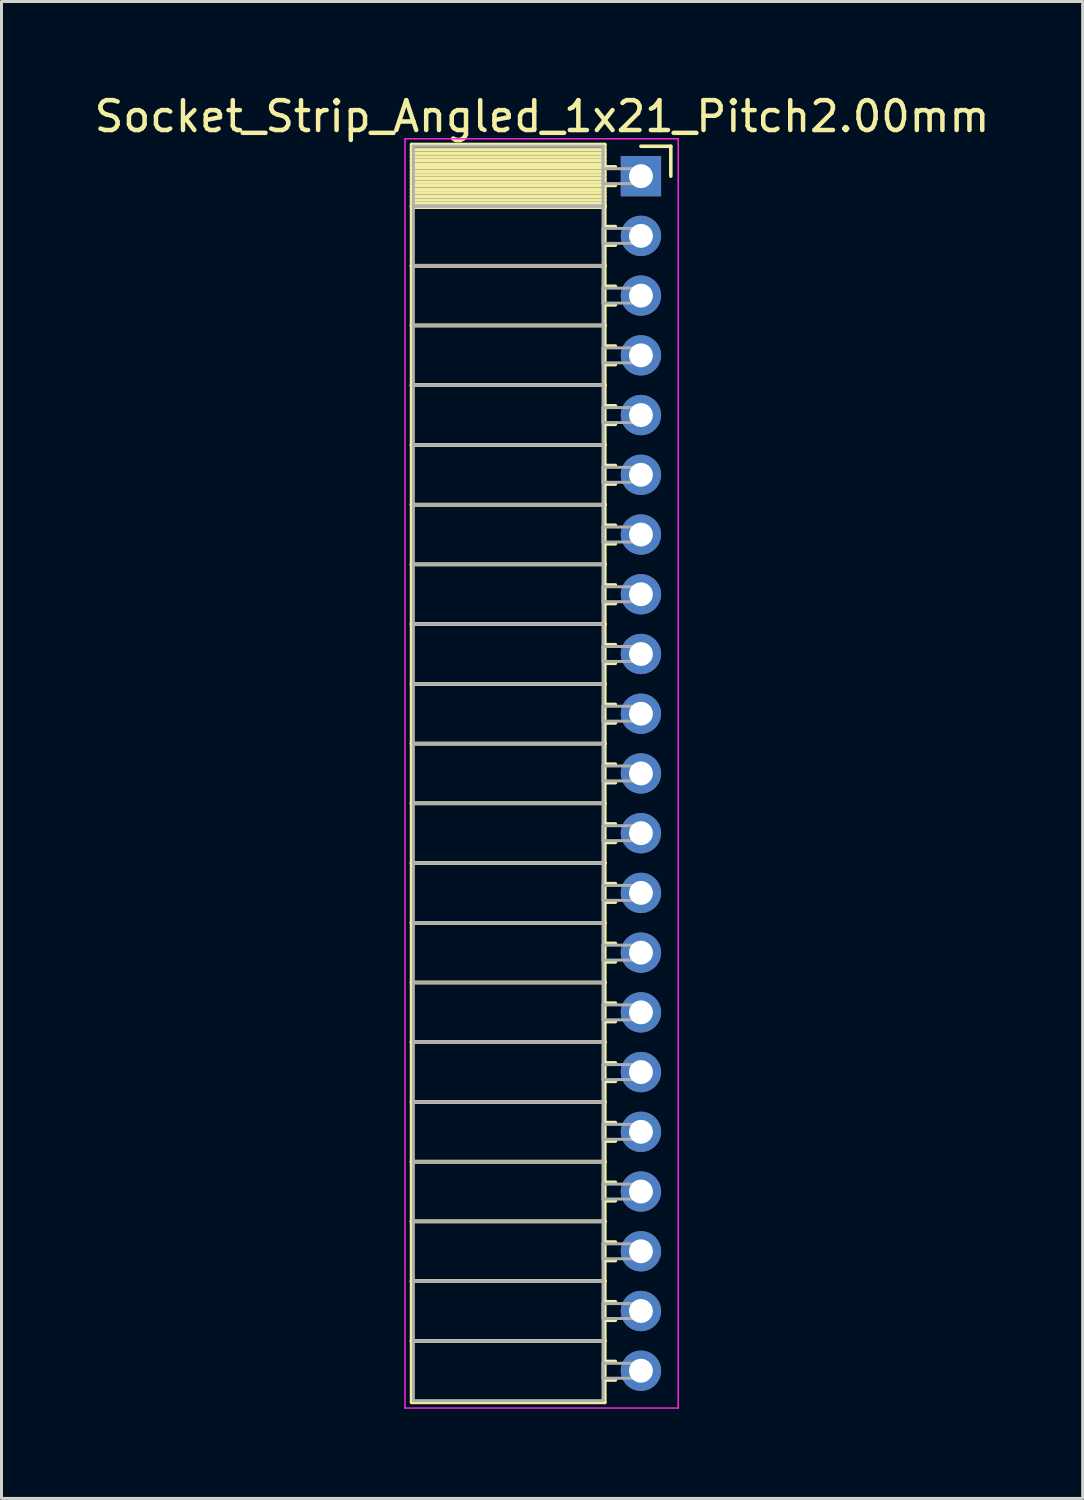
<source format=kicad_pcb>
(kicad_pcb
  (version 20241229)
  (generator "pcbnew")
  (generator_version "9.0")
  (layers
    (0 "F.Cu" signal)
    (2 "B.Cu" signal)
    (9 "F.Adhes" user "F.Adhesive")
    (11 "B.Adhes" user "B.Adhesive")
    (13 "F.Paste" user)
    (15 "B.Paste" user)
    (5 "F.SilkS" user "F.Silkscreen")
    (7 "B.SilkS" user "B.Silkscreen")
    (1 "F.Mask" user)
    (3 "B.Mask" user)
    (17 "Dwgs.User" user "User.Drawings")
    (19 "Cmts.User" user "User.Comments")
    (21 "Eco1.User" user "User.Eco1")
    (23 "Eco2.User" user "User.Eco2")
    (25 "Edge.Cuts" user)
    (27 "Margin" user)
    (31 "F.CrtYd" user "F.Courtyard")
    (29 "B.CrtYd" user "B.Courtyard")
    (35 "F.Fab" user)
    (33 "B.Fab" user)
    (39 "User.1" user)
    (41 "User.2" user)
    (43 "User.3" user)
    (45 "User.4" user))
  (footprint "Socket_Strip_Angled_1x21_Pitch2.00mm"
    (layer "F.Cu")
    (at 18.411 2.848)
    (property "Reference" "Socket_Strip_Angled_1x21_Pitch2.00mm" (at -3.31 -2 0) (layer "F.SilkS") (effects (font (size 1 1) (thickness 0.15))))
    (attr through_hole)
    (fp_line (start -7.68 -1.06) (end -1.21 -1.06) (stroke (width 0.12) (type solid)) (layer "F.SilkS"))
    (fp_line (start -7.68 1) (end -7.68 -1.06) (stroke (width 0.12) (type solid)) (layer "F.SilkS"))
    (fp_line (start -7.68 1) (end -1.21 1) (stroke (width 0.12) (type solid)) (layer "F.SilkS"))
    (fp_line (start -7.68 3) (end -7.68 1) (stroke (width 0.12) (type solid)) (layer "F.SilkS"))
    (fp_line (start -7.68 3) (end -1.21 3) (stroke (width 0.12) (type solid)) (layer "F.SilkS"))
    (fp_line (start -7.68 5) (end -7.68 3) (stroke (width 0.12) (type solid)) (layer "F.SilkS"))
    (fp_line (start -7.68 5) (end -1.21 5) (stroke (width 0.12) (type solid)) (layer "F.SilkS"))
    (fp_line (start -7.68 7) (end -7.68 5) (stroke (width 0.12) (type solid)) (layer "F.SilkS"))
    (fp_line (start -7.68 7) (end -1.21 7) (stroke (width 0.12) (type solid)) (layer "F.SilkS"))
    (fp_line (start -7.68 9) (end -7.68 7) (stroke (width 0.12) (type solid)) (layer "F.SilkS"))
    (fp_line (start -7.68 9) (end -1.21 9) (stroke (width 0.12) (type solid)) (layer "F.SilkS"))
    (fp_line (start -7.68 11) (end -7.68 9) (stroke (width 0.12) (type solid)) (layer "F.SilkS"))
    (fp_line (start -7.68 11) (end -1.21 11) (stroke (width 0.12) (type solid)) (layer "F.SilkS"))
    (fp_line (start -7.68 13) (end -7.68 11) (stroke (width 0.12) (type solid)) (layer "F.SilkS"))
    (fp_line (start -7.68 13) (end -1.21 13) (stroke (width 0.12) (type solid)) (layer "F.SilkS"))
    (fp_line (start -7.68 15) (end -7.68 13) (stroke (width 0.12) (type solid)) (layer "F.SilkS"))
    (fp_line (start -7.68 15) (end -1.21 15) (stroke (width 0.12) (type solid)) (layer "F.SilkS"))
    (fp_line (start -7.68 17) (end -7.68 15) (stroke (width 0.12) (type solid)) (layer "F.SilkS"))
    (fp_line (start -7.68 17) (end -1.21 17) (stroke (width 0.12) (type solid)) (layer "F.SilkS"))
    (fp_line (start -7.68 19) (end -7.68 17) (stroke (width 0.12) (type solid)) (layer "F.SilkS"))
    (fp_line (start -7.68 19) (end -1.21 19) (stroke (width 0.12) (type solid)) (layer "F.SilkS"))
    (fp_line (start -7.68 21) (end -7.68 19) (stroke (width 0.12) (type solid)) (layer "F.SilkS"))
    (fp_line (start -7.68 21) (end -1.21 21) (stroke (width 0.12) (type solid)) (layer "F.SilkS"))
    (fp_line (start -7.68 23) (end -7.68 21) (stroke (width 0.12) (type solid)) (layer "F.SilkS"))
    (fp_line (start -7.68 23) (end -1.21 23) (stroke (width 0.12) (type solid)) (layer "F.SilkS"))
    (fp_line (start -7.68 25) (end -7.68 23) (stroke (width 0.12) (type solid)) (layer "F.SilkS"))
    (fp_line (start -7.68 25) (end -1.21 25) (stroke (width 0.12) (type solid)) (layer "F.SilkS"))
    (fp_line (start -7.68 27) (end -7.68 25) (stroke (width 0.12) (type solid)) (layer "F.SilkS"))
    (fp_line (start -7.68 27) (end -1.21 27) (stroke (width 0.12) (type solid)) (layer "F.SilkS"))
    (fp_line (start -7.68 29) (end -7.68 27) (stroke (width 0.12) (type solid)) (layer "F.SilkS"))
    (fp_line (start -7.68 29) (end -1.21 29) (stroke (width 0.12) (type solid)) (layer "F.SilkS"))
    (fp_line (start -7.68 31) (end -7.68 29) (stroke (width 0.12) (type solid)) (layer "F.SilkS"))
    (fp_line (start -7.68 31) (end -1.21 31) (stroke (width 0.12) (type solid)) (layer "F.SilkS"))
    (fp_line (start -7.68 33) (end -7.68 31) (stroke (width 0.12) (type solid)) (layer "F.SilkS"))
    (fp_line (start -7.68 33) (end -1.21 33) (stroke (width 0.12) (type solid)) (layer "F.SilkS"))
    (fp_line (start -7.68 35) (end -7.68 33) (stroke (width 0.12) (type solid)) (layer "F.SilkS"))
    (fp_line (start -7.68 35) (end -1.21 35) (stroke (width 0.12) (type solid)) (layer "F.SilkS"))
    (fp_line (start -7.68 37) (end -7.68 35) (stroke (width 0.12) (type solid)) (layer "F.SilkS"))
    (fp_line (start -7.68 37) (end -1.21 37) (stroke (width 0.12) (type solid)) (layer "F.SilkS"))
    (fp_line (start -7.68 39) (end -7.68 37) (stroke (width 0.12) (type solid)) (layer "F.SilkS"))
    (fp_line (start -7.68 39) (end -1.21 39) (stroke (width 0.12) (type solid)) (layer "F.SilkS"))
    (fp_line (start -7.68 41.06) (end -7.68 39) (stroke (width 0.12) (type solid)) (layer "F.SilkS"))
    (fp_line (start -1.21 -1.06) (end -1.21 1) (stroke (width 0.12) (type solid)) (layer "F.SilkS"))
    (fp_line (start -1.21 -0.88) (end -7.68 -0.88) (stroke (width 0.12) (type solid)) (layer "F.SilkS"))
    (fp_line (start -1.21 -0.76) (end -7.68 -0.76) (stroke (width 0.12) (type solid)) (layer "F.SilkS"))
    (fp_line (start -1.21 -0.64) (end -7.68 -0.64) (stroke (width 0.12) (type solid)) (layer "F.SilkS"))
    (fp_line (start -1.21 -0.52) (end -7.68 -0.52) (stroke (width 0.12) (type solid)) (layer "F.SilkS"))
    (fp_line (start -1.21 -0.4) (end -7.68 -0.4) (stroke (width 0.12) (type solid)) (layer "F.SilkS"))
    (fp_line (start -1.21 -0.28) (end -7.68 -0.28) (stroke (width 0.12) (type solid)) (layer "F.SilkS"))
    (fp_line (start -1.21 -0.16) (end -7.68 -0.16) (stroke (width 0.12) (type solid)) (layer "F.SilkS"))
    (fp_line (start -1.21 -0.04) (end -7.68 -0.04) (stroke (width 0.12) (type solid)) (layer "F.SilkS"))
    (fp_line (start -1.21 0.08) (end -7.68 0.08) (stroke (width 0.12) (type solid)) (layer "F.SilkS"))
    (fp_line (start -1.21 0.2) (end -7.68 0.2) (stroke (width 0.12) (type solid)) (layer "F.SilkS"))
    (fp_line (start -1.21 0.32) (end -7.68 0.32) (stroke (width 0.12) (type solid)) (layer "F.SilkS"))
    (fp_line (start -1.21 0.44) (end -7.68 0.44) (stroke (width 0.12) (type solid)) (layer "F.SilkS"))
    (fp_line (start -1.21 0.56) (end -7.68 0.56) (stroke (width 0.12) (type solid)) (layer "F.SilkS"))
    (fp_line (start -1.21 0.68) (end -7.68 0.68) (stroke (width 0.12) (type solid)) (layer "F.SilkS"))
    (fp_line (start -1.21 0.8) (end -7.68 0.8) (stroke (width 0.12) (type solid)) (layer "F.SilkS"))
    (fp_line (start -1.21 0.92) (end -7.68 0.92) (stroke (width 0.12) (type solid)) (layer "F.SilkS"))
    (fp_line (start -1.21 1) (end -7.68 1) (stroke (width 0.12) (type solid)) (layer "F.SilkS"))
    (fp_line (start -1.21 1) (end -1.21 3) (stroke (width 0.12) (type solid)) (layer "F.SilkS"))
    (fp_line (start -1.21 1.04) (end -7.68 1.04) (stroke (width 0.12) (type solid)) (layer "F.SilkS"))
    (fp_line (start -1.21 3) (end -7.68 3) (stroke (width 0.12) (type solid)) (layer "F.SilkS"))
    (fp_line (start -1.21 3) (end -1.21 5) (stroke (width 0.12) (type solid)) (layer "F.SilkS"))
    (fp_line (start -1.21 5) (end -7.68 5) (stroke (width 0.12) (type solid)) (layer "F.SilkS"))
    (fp_line (start -1.21 5) (end -1.21 7) (stroke (width 0.12) (type solid)) (layer "F.SilkS"))
    (fp_line (start -1.21 7) (end -7.68 7) (stroke (width 0.12) (type solid)) (layer "F.SilkS"))
    (fp_line (start -1.21 7) (end -1.21 9) (stroke (width 0.12) (type solid)) (layer "F.SilkS"))
    (fp_line (start -1.21 9) (end -7.68 9) (stroke (width 0.12) (type solid)) (layer "F.SilkS"))
    (fp_line (start -1.21 9) (end -1.21 11) (stroke (width 0.12) (type solid)) (layer "F.SilkS"))
    (fp_line (start -1.21 11) (end -7.68 11) (stroke (width 0.12) (type solid)) (layer "F.SilkS"))
    (fp_line (start -1.21 11) (end -1.21 13) (stroke (width 0.12) (type solid)) (layer "F.SilkS"))
    (fp_line (start -1.21 13) (end -7.68 13) (stroke (width 0.12) (type solid)) (layer "F.SilkS"))
    (fp_line (start -1.21 13) (end -1.21 15) (stroke (width 0.12) (type solid)) (layer "F.SilkS"))
    (fp_line (start -1.21 15) (end -7.68 15) (stroke (width 0.12) (type solid)) (layer "F.SilkS"))
    (fp_line (start -1.21 15) (end -1.21 17) (stroke (width 0.12) (type solid)) (layer "F.SilkS"))
    (fp_line (start -1.21 17) (end -7.68 17) (stroke (width 0.12) (type solid)) (layer "F.SilkS"))
    (fp_line (start -1.21 17) (end -1.21 19) (stroke (width 0.12) (type solid)) (layer "F.SilkS"))
    (fp_line (start -1.21 19) (end -7.68 19) (stroke (width 0.12) (type solid)) (layer "F.SilkS"))
    (fp_line (start -1.21 19) (end -1.21 21) (stroke (width 0.12) (type solid)) (layer "F.SilkS"))
    (fp_line (start -1.21 21) (end -7.68 21) (stroke (width 0.12) (type solid)) (layer "F.SilkS"))
    (fp_line (start -1.21 21) (end -1.21 23) (stroke (width 0.12) (type solid)) (layer "F.SilkS"))
    (fp_line (start -1.21 23) (end -7.68 23) (stroke (width 0.12) (type solid)) (layer "F.SilkS"))
    (fp_line (start -1.21 23) (end -1.21 25) (stroke (width 0.12) (type solid)) (layer "F.SilkS"))
    (fp_line (start -1.21 25) (end -7.68 25) (stroke (width 0.12) (type solid)) (layer "F.SilkS"))
    (fp_line (start -1.21 25) (end -1.21 27) (stroke (width 0.12) (type solid)) (layer "F.SilkS"))
    (fp_line (start -1.21 27) (end -7.68 27) (stroke (width 0.12) (type solid)) (layer "F.SilkS"))
    (fp_line (start -1.21 27) (end -1.21 29) (stroke (width 0.12) (type solid)) (layer "F.SilkS"))
    (fp_line (start -1.21 29) (end -7.68 29) (stroke (width 0.12) (type solid)) (layer "F.SilkS"))
    (fp_line (start -1.21 29) (end -1.21 31) (stroke (width 0.12) (type solid)) (layer "F.SilkS"))
    (fp_line (start -1.21 31) (end -7.68 31) (stroke (width 0.12) (type solid)) (layer "F.SilkS"))
    (fp_line (start -1.21 31) (end -1.21 33) (stroke (width 0.12) (type solid)) (layer "F.SilkS"))
    (fp_line (start -1.21 33) (end -7.68 33) (stroke (width 0.12) (type solid)) (layer "F.SilkS"))
    (fp_line (start -1.21 33) (end -1.21 35) (stroke (width 0.12) (type solid)) (layer "F.SilkS"))
    (fp_line (start -1.21 35) (end -7.68 35) (stroke (width 0.12) (type solid)) (layer "F.SilkS"))
    (fp_line (start -1.21 35) (end -1.21 37) (stroke (width 0.12) (type solid)) (layer "F.SilkS"))
    (fp_line (start -1.21 37) (end -7.68 37) (stroke (width 0.12) (type solid)) (layer "F.SilkS"))
    (fp_line (start -1.21 37) (end -1.21 39) (stroke (width 0.12) (type solid)) (layer "F.SilkS"))
    (fp_line (start -1.21 39) (end -7.68 39) (stroke (width 0.12) (type solid)) (layer "F.SilkS"))
    (fp_line (start -1.21 39) (end -1.21 41.06) (stroke (width 0.12) (type solid)) (layer "F.SilkS"))
    (fp_line (start -1.21 41.06) (end -7.68 41.06) (stroke (width 0.12) (type solid)) (layer "F.SilkS"))
    (fp_line (start -0.855 -0.31) (end -1.21 -0.31) (stroke (width 0.12) (type solid)) (layer "F.SilkS"))
    (fp_line (start -0.855 0.31) (end -1.21 0.31) (stroke (width 0.12) (type solid)) (layer "F.SilkS"))
    (fp_line (start -0.855 1.69) (end -1.21 1.69) (stroke (width 0.12) (type solid)) (layer "F.SilkS"))
    (fp_line (start -0.855 2.31) (end -1.21 2.31) (stroke (width 0.12) (type solid)) (layer "F.SilkS"))
    (fp_line (start -0.855 3.69) (end -1.21 3.69) (stroke (width 0.12) (type solid)) (layer "F.SilkS"))
    (fp_line (start -0.855 4.31) (end -1.21 4.31) (stroke (width 0.12) (type solid)) (layer "F.SilkS"))
    (fp_line (start -0.855 5.69) (end -1.21 5.69) (stroke (width 0.12) (type solid)) (layer "F.SilkS"))
    (fp_line (start -0.855 6.31) (end -1.21 6.31) (stroke (width 0.12) (type solid)) (layer "F.SilkS"))
    (fp_line (start -0.855 7.69) (end -1.21 7.69) (stroke (width 0.12) (type solid)) (layer "F.SilkS"))
    (fp_line (start -0.855 8.31) (end -1.21 8.31) (stroke (width 0.12) (type solid)) (layer "F.SilkS"))
    (fp_line (start -0.855 9.69) (end -1.21 9.69) (stroke (width 0.12) (type solid)) (layer "F.SilkS"))
    (fp_line (start -0.855 10.31) (end -1.21 10.31) (stroke (width 0.12) (type solid)) (layer "F.SilkS"))
    (fp_line (start -0.855 11.69) (end -1.21 11.69) (stroke (width 0.12) (type solid)) (layer "F.SilkS"))
    (fp_line (start -0.855 12.31) (end -1.21 12.31) (stroke (width 0.12) (type solid)) (layer "F.SilkS"))
    (fp_line (start -0.855 13.69) (end -1.21 13.69) (stroke (width 0.12) (type solid)) (layer "F.SilkS"))
    (fp_line (start -0.855 14.31) (end -1.21 14.31) (stroke (width 0.12) (type solid)) (layer "F.SilkS"))
    (fp_line (start -0.855 15.69) (end -1.21 15.69) (stroke (width 0.12) (type solid)) (layer "F.SilkS"))
    (fp_line (start -0.855 16.31) (end -1.21 16.31) (stroke (width 0.12) (type solid)) (layer "F.SilkS"))
    (fp_line (start -0.855 17.69) (end -1.21 17.69) (stroke (width 0.12) (type solid)) (layer "F.SilkS"))
    (fp_line (start -0.855 18.31) (end -1.21 18.31) (stroke (width 0.12) (type solid)) (layer "F.SilkS"))
    (fp_line (start -0.855 19.69) (end -1.21 19.69) (stroke (width 0.12) (type solid)) (layer "F.SilkS"))
    (fp_line (start -0.855 20.31) (end -1.21 20.31) (stroke (width 0.12) (type solid)) (layer "F.SilkS"))
    (fp_line (start -0.855 21.69) (end -1.21 21.69) (stroke (width 0.12) (type solid)) (layer "F.SilkS"))
    (fp_line (start -0.855 22.31) (end -1.21 22.31) (stroke (width 0.12) (type solid)) (layer "F.SilkS"))
    (fp_line (start -0.855 23.69) (end -1.21 23.69) (stroke (width 0.12) (type solid)) (layer "F.SilkS"))
    (fp_line (start -0.855 24.31) (end -1.21 24.31) (stroke (width 0.12) (type solid)) (layer "F.SilkS"))
    (fp_line (start -0.855 25.69) (end -1.21 25.69) (stroke (width 0.12) (type solid)) (layer "F.SilkS"))
    (fp_line (start -0.855 26.31) (end -1.21 26.31) (stroke (width 0.12) (type solid)) (layer "F.SilkS"))
    (fp_line (start -0.855 27.69) (end -1.21 27.69) (stroke (width 0.12) (type solid)) (layer "F.SilkS"))
    (fp_line (start -0.855 28.31) (end -1.21 28.31) (stroke (width 0.12) (type solid)) (layer "F.SilkS"))
    (fp_line (start -0.855 29.69) (end -1.21 29.69) (stroke (width 0.12) (type solid)) (layer "F.SilkS"))
    (fp_line (start -0.855 30.31) (end -1.21 30.31) (stroke (width 0.12) (type solid)) (layer "F.SilkS"))
    (fp_line (start -0.855 31.69) (end -1.21 31.69) (stroke (width 0.12) (type solid)) (layer "F.SilkS"))
    (fp_line (start -0.855 32.31) (end -1.21 32.31) (stroke (width 0.12) (type solid)) (layer "F.SilkS"))
    (fp_line (start -0.855 33.69) (end -1.21 33.69) (stroke (width 0.12) (type solid)) (layer "F.SilkS"))
    (fp_line (start -0.855 34.31) (end -1.21 34.31) (stroke (width 0.12) (type solid)) (layer "F.SilkS"))
    (fp_line (start -0.855 35.69) (end -1.21 35.69) (stroke (width 0.12) (type solid)) (layer "F.SilkS"))
    (fp_line (start -0.855 36.31) (end -1.21 36.31) (stroke (width 0.12) (type solid)) (layer "F.SilkS"))
    (fp_line (start -0.855 37.69) (end -1.21 37.69) (stroke (width 0.12) (type solid)) (layer "F.SilkS"))
    (fp_line (start -0.855 38.31) (end -1.21 38.31) (stroke (width 0.12) (type solid)) (layer "F.SilkS"))
    (fp_line (start -0.855 39.69) (end -1.21 39.69) (stroke (width 0.12) (type solid)) (layer "F.SilkS"))
    (fp_line (start -0.855 40.31) (end -1.21 40.31) (stroke (width 0.12) (type solid)) (layer "F.SilkS"))
    (fp_line (start 0 -1) (end 1 -1) (stroke (width 0.12) (type solid)) (layer "F.SilkS"))
    (fp_line (start 1 -1) (end 1 0) (stroke (width 0.12) (type solid)) (layer "F.SilkS"))
    (fp_line (start -7.9 -1.25) (end 1.25 -1.25) (stroke (width 0.05) (type solid)) (layer "F.CrtYd"))
    (fp_line (start -7.9 41.25) (end -7.9 -1.25) (stroke (width 0.05) (type solid)) (layer "F.CrtYd"))
    (fp_line (start 1.25 -1.25) (end 1.25 41.25) (stroke (width 0.05) (type solid)) (layer "F.CrtYd"))
    (fp_line (start 1.25 41.25) (end -7.9 41.25) (stroke (width 0.05) (type solid)) (layer "F.CrtYd"))
    (fp_line (start -7.62 -1) (end -1.27 -1) (stroke (width 0.1) (type solid)) (layer "F.Fab"))
    (fp_line (start -7.62 1) (end -7.62 -1) (stroke (width 0.1) (type solid)) (layer "F.Fab"))
    (fp_line (start -7.62 1) (end -1.27 1) (stroke (width 0.1) (type solid)) (layer "F.Fab"))
    (fp_line (start -7.62 3) (end -7.62 1) (stroke (width 0.1) (type solid)) (layer "F.Fab"))
    (fp_line (start -7.62 3) (end -1.27 3) (stroke (width 0.1) (type solid)) (layer "F.Fab"))
    (fp_line (start -7.62 5) (end -7.62 3) (stroke (width 0.1) (type solid)) (layer "F.Fab"))
    (fp_line (start -7.62 5) (end -1.27 5) (stroke (width 0.1) (type solid)) (layer "F.Fab"))
    (fp_line (start -7.62 7) (end -7.62 5) (stroke (width 0.1) (type solid)) (layer "F.Fab"))
    (fp_line (start -7.62 7) (end -1.27 7) (stroke (width 0.1) (type solid)) (layer "F.Fab"))
    (fp_line (start -7.62 9) (end -7.62 7) (stroke (width 0.1) (type solid)) (layer "F.Fab"))
    (fp_line (start -7.62 9) (end -1.27 9) (stroke (width 0.1) (type solid)) (layer "F.Fab"))
    (fp_line (start -7.62 11) (end -7.62 9) (stroke (width 0.1) (type solid)) (layer "F.Fab"))
    (fp_line (start -7.62 11) (end -1.27 11) (stroke (width 0.1) (type solid)) (layer "F.Fab"))
    (fp_line (start -7.62 13) (end -7.62 11) (stroke (width 0.1) (type solid)) (layer "F.Fab"))
    (fp_line (start -7.62 13) (end -1.27 13) (stroke (width 0.1) (type solid)) (layer "F.Fab"))
    (fp_line (start -7.62 15) (end -7.62 13) (stroke (width 0.1) (type solid)) (layer "F.Fab"))
    (fp_line (start -7.62 15) (end -1.27 15) (stroke (width 0.1) (type solid)) (layer "F.Fab"))
    (fp_line (start -7.62 17) (end -7.62 15) (stroke (width 0.1) (type solid)) (layer "F.Fab"))
    (fp_line (start -7.62 17) (end -1.27 17) (stroke (width 0.1) (type solid)) (layer "F.Fab"))
    (fp_line (start -7.62 19) (end -7.62 17) (stroke (width 0.1) (type solid)) (layer "F.Fab"))
    (fp_line (start -7.62 19) (end -1.27 19) (stroke (width 0.1) (type solid)) (layer "F.Fab"))
    (fp_line (start -7.62 21) (end -7.62 19) (stroke (width 0.1) (type solid)) (layer "F.Fab"))
    (fp_line (start -7.62 21) (end -1.27 21) (stroke (width 0.1) (type solid)) (layer "F.Fab"))
    (fp_line (start -7.62 23) (end -7.62 21) (stroke (width 0.1) (type solid)) (layer "F.Fab"))
    (fp_line (start -7.62 23) (end -1.27 23) (stroke (width 0.1) (type solid)) (layer "F.Fab"))
    (fp_line (start -7.62 25) (end -7.62 23) (stroke (width 0.1) (type solid)) (layer "F.Fab"))
    (fp_line (start -7.62 25) (end -1.27 25) (stroke (width 0.1) (type solid)) (layer "F.Fab"))
    (fp_line (start -7.62 27) (end -7.62 25) (stroke (width 0.1) (type solid)) (layer "F.Fab"))
    (fp_line (start -7.62 27) (end -1.27 27) (stroke (width 0.1) (type solid)) (layer "F.Fab"))
    (fp_line (start -7.62 29) (end -7.62 27) (stroke (width 0.1) (type solid)) (layer "F.Fab"))
    (fp_line (start -7.62 29) (end -1.27 29) (stroke (width 0.1) (type solid)) (layer "F.Fab"))
    (fp_line (start -7.62 31) (end -7.62 29) (stroke (width 0.1) (type solid)) (layer "F.Fab"))
    (fp_line (start -7.62 31) (end -1.27 31) (stroke (width 0.1) (type solid)) (layer "F.Fab"))
    (fp_line (start -7.62 33) (end -7.62 31) (stroke (width 0.1) (type solid)) (layer "F.Fab"))
    (fp_line (start -7.62 33) (end -1.27 33) (stroke (width 0.1) (type solid)) (layer "F.Fab"))
    (fp_line (start -7.62 35) (end -7.62 33) (stroke (width 0.1) (type solid)) (layer "F.Fab"))
    (fp_line (start -7.62 35) (end -1.27 35) (stroke (width 0.1) (type solid)) (layer "F.Fab"))
    (fp_line (start -7.62 37) (end -7.62 35) (stroke (width 0.1) (type solid)) (layer "F.Fab"))
    (fp_line (start -7.62 37) (end -1.27 37) (stroke (width 0.1) (type solid)) (layer "F.Fab"))
    (fp_line (start -7.62 39) (end -7.62 37) (stroke (width 0.1) (type solid)) (layer "F.Fab"))
    (fp_line (start -7.62 39) (end -1.27 39) (stroke (width 0.1) (type solid)) (layer "F.Fab"))
    (fp_line (start -7.62 41) (end -7.62 39) (stroke (width 0.1) (type solid)) (layer "F.Fab"))
    (fp_line (start -1.27 -1) (end -1.27 1) (stroke (width 0.1) (type solid)) (layer "F.Fab"))
    (fp_line (start -1.27 -0.25) (end 0 -0.25) (stroke (width 0.1) (type solid)) (layer "F.Fab"))
    (fp_line (start -1.27 0.25) (end -1.27 -0.25) (stroke (width 0.1) (type solid)) (layer "F.Fab"))
    (fp_line (start -1.27 1) (end -7.62 1) (stroke (width 0.1) (type solid)) (layer "F.Fab"))
    (fp_line (start -1.27 1) (end -1.27 3) (stroke (width 0.1) (type solid)) (layer "F.Fab"))
    (fp_line (start -1.27 1.75) (end 0 1.75) (stroke (width 0.1) (type solid)) (layer "F.Fab"))
    (fp_line (start -1.27 2.25) (end -1.27 1.75) (stroke (width 0.1) (type solid)) (layer "F.Fab"))
    (fp_line (start -1.27 3) (end -7.62 3) (stroke (width 0.1) (type solid)) (layer "F.Fab"))
    (fp_line (start -1.27 3) (end -1.27 5) (stroke (width 0.1) (type solid)) (layer "F.Fab"))
    (fp_line (start -1.27 3.75) (end 0 3.75) (stroke (width 0.1) (type solid)) (layer "F.Fab"))
    (fp_line (start -1.27 4.25) (end -1.27 3.75) (stroke (width 0.1) (type solid)) (layer "F.Fab"))
    (fp_line (start -1.27 5) (end -7.62 5) (stroke (width 0.1) (type solid)) (layer "F.Fab"))
    (fp_line (start -1.27 5) (end -1.27 7) (stroke (width 0.1) (type solid)) (layer "F.Fab"))
    (fp_line (start -1.27 5.75) (end 0 5.75) (stroke (width 0.1) (type solid)) (layer "F.Fab"))
    (fp_line (start -1.27 6.25) (end -1.27 5.75) (stroke (width 0.1) (type solid)) (layer "F.Fab"))
    (fp_line (start -1.27 7) (end -7.62 7) (stroke (width 0.1) (type solid)) (layer "F.Fab"))
    (fp_line (start -1.27 7) (end -1.27 9) (stroke (width 0.1) (type solid)) (layer "F.Fab"))
    (fp_line (start -1.27 7.75) (end 0 7.75) (stroke (width 0.1) (type solid)) (layer "F.Fab"))
    (fp_line (start -1.27 8.25) (end -1.27 7.75) (stroke (width 0.1) (type solid)) (layer "F.Fab"))
    (fp_line (start -1.27 9) (end -7.62 9) (stroke (width 0.1) (type solid)) (layer "F.Fab"))
    (fp_line (start -1.27 9) (end -1.27 11) (stroke (width 0.1) (type solid)) (layer "F.Fab"))
    (fp_line (start -1.27 9.75) (end 0 9.75) (stroke (width 0.1) (type solid)) (layer "F.Fab"))
    (fp_line (start -1.27 10.25) (end -1.27 9.75) (stroke (width 0.1) (type solid)) (layer "F.Fab"))
    (fp_line (start -1.27 11) (end -7.62 11) (stroke (width 0.1) (type solid)) (layer "F.Fab"))
    (fp_line (start -1.27 11) (end -1.27 13) (stroke (width 0.1) (type solid)) (layer "F.Fab"))
    (fp_line (start -1.27 11.75) (end 0 11.75) (stroke (width 0.1) (type solid)) (layer "F.Fab"))
    (fp_line (start -1.27 12.25) (end -1.27 11.75) (stroke (width 0.1) (type solid)) (layer "F.Fab"))
    (fp_line (start -1.27 13) (end -7.62 13) (stroke (width 0.1) (type solid)) (layer "F.Fab"))
    (fp_line (start -1.27 13) (end -1.27 15) (stroke (width 0.1) (type solid)) (layer "F.Fab"))
    (fp_line (start -1.27 13.75) (end 0 13.75) (stroke (width 0.1) (type solid)) (layer "F.Fab"))
    (fp_line (start -1.27 14.25) (end -1.27 13.75) (stroke (width 0.1) (type solid)) (layer "F.Fab"))
    (fp_line (start -1.27 15) (end -7.62 15) (stroke (width 0.1) (type solid)) (layer "F.Fab"))
    (fp_line (start -1.27 15) (end -1.27 17) (stroke (width 0.1) (type solid)) (layer "F.Fab"))
    (fp_line (start -1.27 15.75) (end 0 15.75) (stroke (width 0.1) (type solid)) (layer "F.Fab"))
    (fp_line (start -1.27 16.25) (end -1.27 15.75) (stroke (width 0.1) (type solid)) (layer "F.Fab"))
    (fp_line (start -1.27 17) (end -7.62 17) (stroke (width 0.1) (type solid)) (layer "F.Fab"))
    (fp_line (start -1.27 17) (end -1.27 19) (stroke (width 0.1) (type solid)) (layer "F.Fab"))
    (fp_line (start -1.27 17.75) (end 0 17.75) (stroke (width 0.1) (type solid)) (layer "F.Fab"))
    (fp_line (start -1.27 18.25) (end -1.27 17.75) (stroke (width 0.1) (type solid)) (layer "F.Fab"))
    (fp_line (start -1.27 19) (end -7.62 19) (stroke (width 0.1) (type solid)) (layer "F.Fab"))
    (fp_line (start -1.27 19) (end -1.27 21) (stroke (width 0.1) (type solid)) (layer "F.Fab"))
    (fp_line (start -1.27 19.75) (end 0 19.75) (stroke (width 0.1) (type solid)) (layer "F.Fab"))
    (fp_line (start -1.27 20.25) (end -1.27 19.75) (stroke (width 0.1) (type solid)) (layer "F.Fab"))
    (fp_line (start -1.27 21) (end -7.62 21) (stroke (width 0.1) (type solid)) (layer "F.Fab"))
    (fp_line (start -1.27 21) (end -1.27 23) (stroke (width 0.1) (type solid)) (layer "F.Fab"))
    (fp_line (start -1.27 21.75) (end 0 21.75) (stroke (width 0.1) (type solid)) (layer "F.Fab"))
    (fp_line (start -1.27 22.25) (end -1.27 21.75) (stroke (width 0.1) (type solid)) (layer "F.Fab"))
    (fp_line (start -1.27 23) (end -7.62 23) (stroke (width 0.1) (type solid)) (layer "F.Fab"))
    (fp_line (start -1.27 23) (end -1.27 25) (stroke (width 0.1) (type solid)) (layer "F.Fab"))
    (fp_line (start -1.27 23.75) (end 0 23.75) (stroke (width 0.1) (type solid)) (layer "F.Fab"))
    (fp_line (start -1.27 24.25) (end -1.27 23.75) (stroke (width 0.1) (type solid)) (layer "F.Fab"))
    (fp_line (start -1.27 25) (end -7.62 25) (stroke (width 0.1) (type solid)) (layer "F.Fab"))
    (fp_line (start -1.27 25) (end -1.27 27) (stroke (width 0.1) (type solid)) (layer "F.Fab"))
    (fp_line (start -1.27 25.75) (end 0 25.75) (stroke (width 0.1) (type solid)) (layer "F.Fab"))
    (fp_line (start -1.27 26.25) (end -1.27 25.75) (stroke (width 0.1) (type solid)) (layer "F.Fab"))
    (fp_line (start -1.27 27) (end -7.62 27) (stroke (width 0.1) (type solid)) (layer "F.Fab"))
    (fp_line (start -1.27 27) (end -1.27 29) (stroke (width 0.1) (type solid)) (layer "F.Fab"))
    (fp_line (start -1.27 27.75) (end 0 27.75) (stroke (width 0.1) (type solid)) (layer "F.Fab"))
    (fp_line (start -1.27 28.25) (end -1.27 27.75) (stroke (width 0.1) (type solid)) (layer "F.Fab"))
    (fp_line (start -1.27 29) (end -7.62 29) (stroke (width 0.1) (type solid)) (layer "F.Fab"))
    (fp_line (start -1.27 29) (end -1.27 31) (stroke (width 0.1) (type solid)) (layer "F.Fab"))
    (fp_line (start -1.27 29.75) (end 0 29.75) (stroke (width 0.1) (type solid)) (layer "F.Fab"))
    (fp_line (start -1.27 30.25) (end -1.27 29.75) (stroke (width 0.1) (type solid)) (layer "F.Fab"))
    (fp_line (start -1.27 31) (end -7.62 31) (stroke (width 0.1) (type solid)) (layer "F.Fab"))
    (fp_line (start -1.27 31) (end -1.27 33) (stroke (width 0.1) (type solid)) (layer "F.Fab"))
    (fp_line (start -1.27 31.75) (end 0 31.75) (stroke (width 0.1) (type solid)) (layer "F.Fab"))
    (fp_line (start -1.27 32.25) (end -1.27 31.75) (stroke (width 0.1) (type solid)) (layer "F.Fab"))
    (fp_line (start -1.27 33) (end -7.62 33) (stroke (width 0.1) (type solid)) (layer "F.Fab"))
    (fp_line (start -1.27 33) (end -1.27 35) (stroke (width 0.1) (type solid)) (layer "F.Fab"))
    (fp_line (start -1.27 33.75) (end 0 33.75) (stroke (width 0.1) (type solid)) (layer "F.Fab"))
    (fp_line (start -1.27 34.25) (end -1.27 33.75) (stroke (width 0.1) (type solid)) (layer "F.Fab"))
    (fp_line (start -1.27 35) (end -7.62 35) (stroke (width 0.1) (type solid)) (layer "F.Fab"))
    (fp_line (start -1.27 35) (end -1.27 37) (stroke (width 0.1) (type solid)) (layer "F.Fab"))
    (fp_line (start -1.27 35.75) (end 0 35.75) (stroke (width 0.1) (type solid)) (layer "F.Fab"))
    (fp_line (start -1.27 36.25) (end -1.27 35.75) (stroke (width 0.1) (type solid)) (layer "F.Fab"))
    (fp_line (start -1.27 37) (end -7.62 37) (stroke (width 0.1) (type solid)) (layer "F.Fab"))
    (fp_line (start -1.27 37) (end -1.27 39) (stroke (width 0.1) (type solid)) (layer "F.Fab"))
    (fp_line (start -1.27 37.75) (end 0 37.75) (stroke (width 0.1) (type solid)) (layer "F.Fab"))
    (fp_line (start -1.27 38.25) (end -1.27 37.75) (stroke (width 0.1) (type solid)) (layer "F.Fab"))
    (fp_line (start -1.27 39) (end -7.62 39) (stroke (width 0.1) (type solid)) (layer "F.Fab"))
    (fp_line (start -1.27 39) (end -1.27 41) (stroke (width 0.1) (type solid)) (layer "F.Fab"))
    (fp_line (start -1.27 39.75) (end 0 39.75) (stroke (width 0.1) (type solid)) (layer "F.Fab"))
    (fp_line (start -1.27 40.25) (end -1.27 39.75) (stroke (width 0.1) (type solid)) (layer "F.Fab"))
    (fp_line (start -1.27 41) (end -7.62 41) (stroke (width 0.1) (type solid)) (layer "F.Fab"))
    (fp_line (start 0 -0.25) (end 0 0.25) (stroke (width 0.1) (type solid)) (layer "F.Fab"))
    (fp_line (start 0 0.25) (end -1.27 0.25) (stroke (width 0.1) (type solid)) (layer "F.Fab"))
    (fp_line (start 0 1.75) (end 0 2.25) (stroke (width 0.1) (type solid)) (layer "F.Fab"))
    (fp_line (start 0 2.25) (end -1.27 2.25) (stroke (width 0.1) (type solid)) (layer "F.Fab"))
    (fp_line (start 0 3.75) (end 0 4.25) (stroke (width 0.1) (type solid)) (layer "F.Fab"))
    (fp_line (start 0 4.25) (end -1.27 4.25) (stroke (width 0.1) (type solid)) (layer "F.Fab"))
    (fp_line (start 0 5.75) (end 0 6.25) (stroke (width 0.1) (type solid)) (layer "F.Fab"))
    (fp_line (start 0 6.25) (end -1.27 6.25) (stroke (width 0.1) (type solid)) (layer "F.Fab"))
    (fp_line (start 0 7.75) (end 0 8.25) (stroke (width 0.1) (type solid)) (layer "F.Fab"))
    (fp_line (start 0 8.25) (end -1.27 8.25) (stroke (width 0.1) (type solid)) (layer "F.Fab"))
    (fp_line (start 0 9.75) (end 0 10.25) (stroke (width 0.1) (type solid)) (layer "F.Fab"))
    (fp_line (start 0 10.25) (end -1.27 10.25) (stroke (width 0.1) (type solid)) (layer "F.Fab"))
    (fp_line (start 0 11.75) (end 0 12.25) (stroke (width 0.1) (type solid)) (layer "F.Fab"))
    (fp_line (start 0 12.25) (end -1.27 12.25) (stroke (width 0.1) (type solid)) (layer "F.Fab"))
    (fp_line (start 0 13.75) (end 0 14.25) (stroke (width 0.1) (type solid)) (layer "F.Fab"))
    (fp_line (start 0 14.25) (end -1.27 14.25) (stroke (width 0.1) (type solid)) (layer "F.Fab"))
    (fp_line (start 0 15.75) (end 0 16.25) (stroke (width 0.1) (type solid)) (layer "F.Fab"))
    (fp_line (start 0 16.25) (end -1.27 16.25) (stroke (width 0.1) (type solid)) (layer "F.Fab"))
    (fp_line (start 0 17.75) (end 0 18.25) (stroke (width 0.1) (type solid)) (layer "F.Fab"))
    (fp_line (start 0 18.25) (end -1.27 18.25) (stroke (width 0.1) (type solid)) (layer "F.Fab"))
    (fp_line (start 0 19.75) (end 0 20.25) (stroke (width 0.1) (type solid)) (layer "F.Fab"))
    (fp_line (start 0 20.25) (end -1.27 20.25) (stroke (width 0.1) (type solid)) (layer "F.Fab"))
    (fp_line (start 0 21.75) (end 0 22.25) (stroke (width 0.1) (type solid)) (layer "F.Fab"))
    (fp_line (start 0 22.25) (end -1.27 22.25) (stroke (width 0.1) (type solid)) (layer "F.Fab"))
    (fp_line (start 0 23.75) (end 0 24.25) (stroke (width 0.1) (type solid)) (layer "F.Fab"))
    (fp_line (start 0 24.25) (end -1.27 24.25) (stroke (width 0.1) (type solid)) (layer "F.Fab"))
    (fp_line (start 0 25.75) (end 0 26.25) (stroke (width 0.1) (type solid)) (layer "F.Fab"))
    (fp_line (start 0 26.25) (end -1.27 26.25) (stroke (width 0.1) (type solid)) (layer "F.Fab"))
    (fp_line (start 0 27.75) (end 0 28.25) (stroke (width 0.1) (type solid)) (layer "F.Fab"))
    (fp_line (start 0 28.25) (end -1.27 28.25) (stroke (width 0.1) (type solid)) (layer "F.Fab"))
    (fp_line (start 0 29.75) (end 0 30.25) (stroke (width 0.1) (type solid)) (layer "F.Fab"))
    (fp_line (start 0 30.25) (end -1.27 30.25) (stroke (width 0.1) (type solid)) (layer "F.Fab"))
    (fp_line (start 0 31.75) (end 0 32.25) (stroke (width 0.1) (type solid)) (layer "F.Fab"))
    (fp_line (start 0 32.25) (end -1.27 32.25) (stroke (width 0.1) (type solid)) (layer "F.Fab"))
    (fp_line (start 0 33.75) (end 0 34.25) (stroke (width 0.1) (type solid)) (layer "F.Fab"))
    (fp_line (start 0 34.25) (end -1.27 34.25) (stroke (width 0.1) (type solid)) (layer "F.Fab"))
    (fp_line (start 0 35.75) (end 0 36.25) (stroke (width 0.1) (type solid)) (layer "F.Fab"))
    (fp_line (start 0 36.25) (end -1.27 36.25) (stroke (width 0.1) (type solid)) (layer "F.Fab"))
    (fp_line (start 0 37.75) (end 0 38.25) (stroke (width 0.1) (type solid)) (layer "F.Fab"))
    (fp_line (start 0 38.25) (end -1.27 38.25) (stroke (width 0.1) (type solid)) (layer "F.Fab"))
    (fp_line (start 0 39.75) (end 0 40.25) (stroke (width 0.1) (type solid)) (layer "F.Fab"))
    (fp_line (start 0 40.25) (end -1.27 40.25) (stroke (width 0.1) (type solid)) (layer "F.Fab"))
    (pad "1" thru_hole rect (at 0 0) (size 1.35 1.35) (drill 0.8) (layers "*.Cu" "*.Mask"))
    (pad "2" thru_hole oval (at 0 2) (size 1.35 1.35) (drill 0.8) (layers "*.Cu" "*.Mask"))
    (pad "3" thru_hole oval (at 0 4) (size 1.35 1.35) (drill 0.8) (layers "*.Cu" "*.Mask"))
    (pad "4" thru_hole oval (at 0 6) (size 1.35 1.35) (drill 0.8) (layers "*.Cu" "*.Mask"))
    (pad "5" thru_hole oval (at 0 8) (size 1.35 1.35) (drill 0.8) (layers "*.Cu" "*.Mask"))
    (pad "6" thru_hole oval (at 0 10) (size 1.35 1.35) (drill 0.8) (layers "*.Cu" "*.Mask"))
    (pad "7" thru_hole oval (at 0 12) (size 1.35 1.35) (drill 0.8) (layers "*.Cu" "*.Mask"))
    (pad "8" thru_hole oval (at 0 14) (size 1.35 1.35) (drill 0.8) (layers "*.Cu" "*.Mask"))
    (pad "9" thru_hole oval (at 0 16) (size 1.35 1.35) (drill 0.8) (layers "*.Cu" "*.Mask"))
    (pad "10" thru_hole oval (at 0 18) (size 1.35 1.35) (drill 0.8) (layers "*.Cu" "*.Mask"))
    (pad "11" thru_hole oval (at 0 20) (size 1.35 1.35) (drill 0.8) (layers "*.Cu" "*.Mask"))
    (pad "12" thru_hole oval (at 0 22) (size 1.35 1.35) (drill 0.8) (layers "*.Cu" "*.Mask"))
    (pad "13" thru_hole oval (at 0 24) (size 1.35 1.35) (drill 0.8) (layers "*.Cu" "*.Mask"))
    (pad "14" thru_hole oval (at 0 26) (size 1.35 1.35) (drill 0.8) (layers "*.Cu" "*.Mask"))
    (pad "15" thru_hole oval (at 0 28) (size 1.35 1.35) (drill 0.8) (layers "*.Cu" "*.Mask"))
    (pad "16" thru_hole oval (at 0 30) (size 1.35 1.35) (drill 0.8) (layers "*.Cu" "*.Mask"))
    (pad "17" thru_hole oval (at 0 32) (size 1.35 1.35) (drill 0.8) (layers "*.Cu" "*.Mask"))
    (pad "18" thru_hole oval (at 0 34) (size 1.35 1.35) (drill 0.8) (layers "*.Cu" "*.Mask"))
    (pad "19" thru_hole oval (at 0 36) (size 1.35 1.35) (drill 0.8) (layers "*.Cu" "*.Mask"))
    (pad "20" thru_hole oval (at 0 38) (size 1.35 1.35) (drill 0.8) (layers "*.Cu" "*.Mask"))
    (pad "21" thru_hole oval (at 0 40) (size 1.35 1.35) (drill 0.8) (layers "*.Cu" "*.Mask")))
  (gr_rect
    (start -3 -3)
    (end 33.202 47.123)
    (stroke (width 0.1) (type default))
    (fill no)
    (layer "Edge.Cuts")))
</source>
